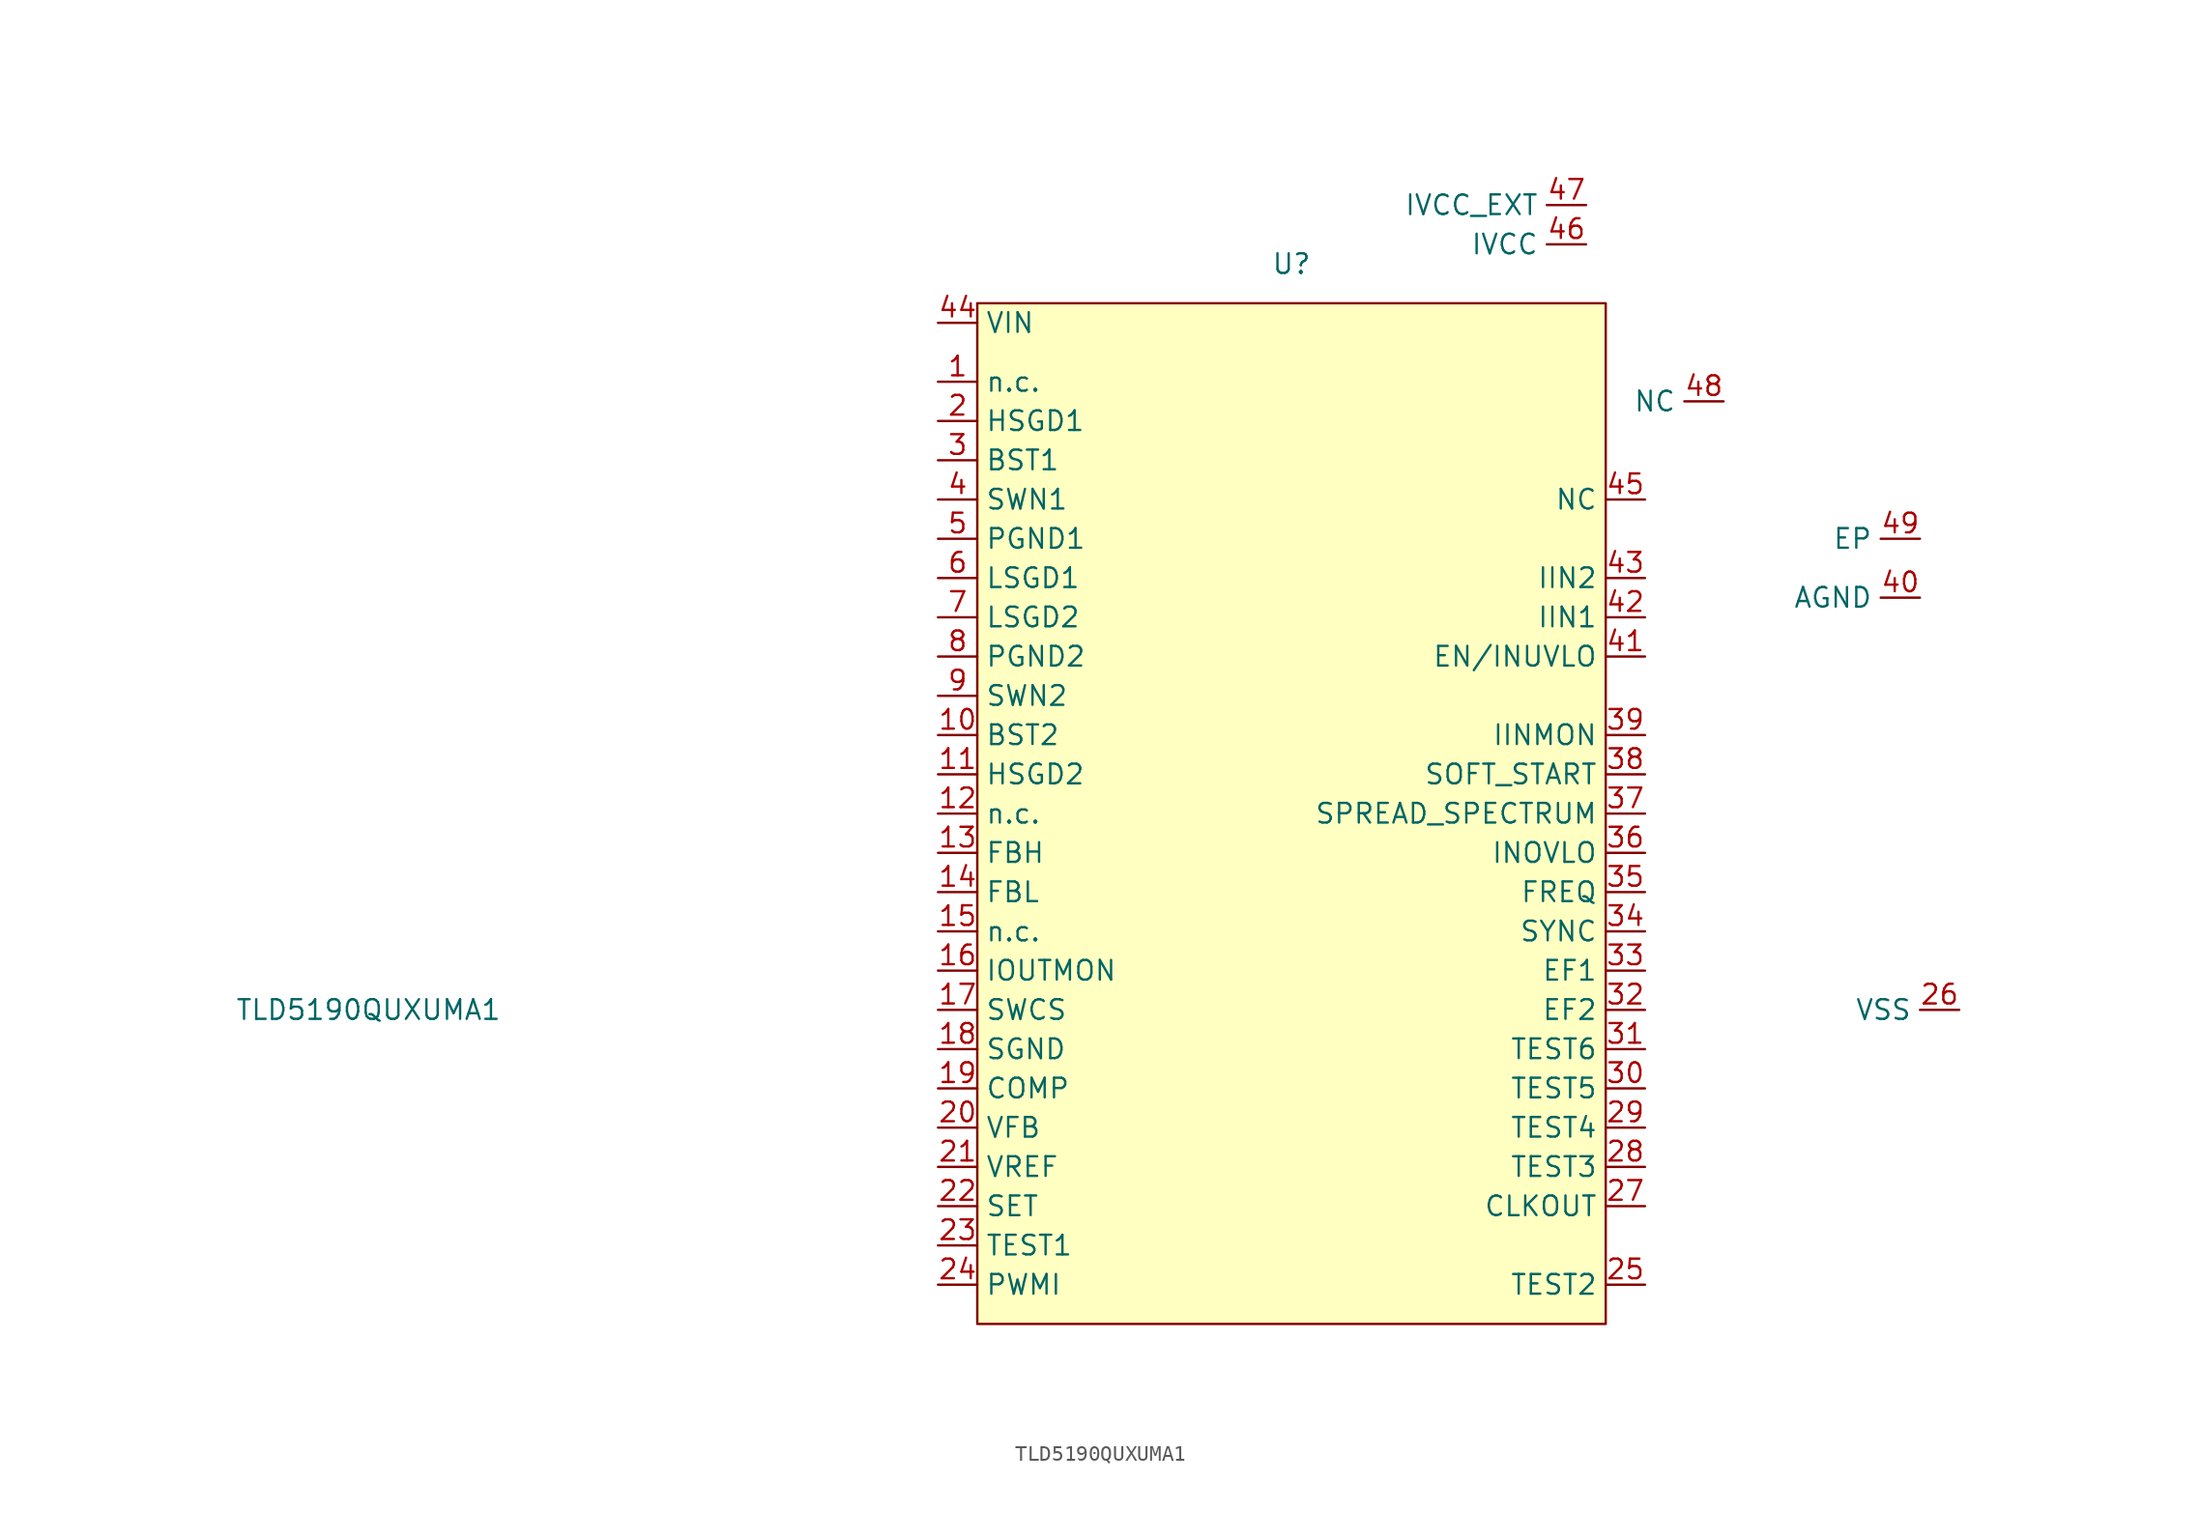
<source format=kicad_sym>
(kicad_symbol_lib
  (version 20220914)
  (generator kicad_symbol_editor)
  (symbol "TLD5190QUXUMA1"
    (property "Reference" "U"
      (at 0 35.56 0)
      (effects (font (size 1.27 1.27))))
    (property "Value" "TLD5190QUXUMA1"
      (at -59.69 -12.7 0)
      (effects (font (size 1.27 1.27))))
    (symbol "TLD5190QUXUMA1_0_1"
      (rectangle (start -20.32 33.02) (end 20.32 -33.02) (stroke (width 0) (type default)) (fill (type background)))
      (pin unspecified line (at -22.86 27.94 0) (length 2.54) (name "n.c." (effects (font (size 1.27 1.27)))) (number "1" (effects (font (size 1.27 1.27)))))
      (pin unspecified line (at -22.86 5.08 0) (length 2.54) (name "BST2" (effects (font (size 1.27 1.27)))) (number "10" (effects (font (size 1.27 1.27)))))
      (pin unspecified line (at -22.86 2.54 0) (length 2.54) (name "HSGD2" (effects (font (size 1.27 1.27)))) (number "11" (effects (font (size 1.27 1.27)))))
      (pin unspecified line (at -22.86 0 0) (length 2.54) (name "n.c." (effects (font (size 1.27 1.27)))) (number "12" (effects (font (size 1.27 1.27)))))
      (pin unspecified line (at -22.86 -2.54 0) (length 2.54) (name "FBH" (effects (font (size 1.27 1.27)))) (number "13" (effects (font (size 1.27 1.27)))))
      (pin unspecified line (at -22.86 -5.08 0) (length 2.54) (name "FBL" (effects (font (size 1.27 1.27)))) (number "14" (effects (font (size 1.27 1.27)))))
      (pin unspecified line (at -22.86 -7.62 0) (length 2.54) (name "n.c." (effects (font (size 1.27 1.27)))) (number "15" (effects (font (size 1.27 1.27)))))
      (pin unspecified line (at -22.86 -10.16 0) (length 2.54) (name "IOUTMON" (effects (font (size 1.27 1.27)))) (number "16" (effects (font (size 1.27 1.27)))))
      (pin unspecified line (at -22.86 -12.7 0) (length 2.54) (name "SWCS" (effects (font (size 1.27 1.27)))) (number "17" (effects (font (size 1.27 1.27)))))
      (pin unspecified line (at -22.86 -15.24 0) (length 2.54) (name "SGND" (effects (font (size 1.27 1.27)))) (number "18" (effects (font (size 1.27 1.27)))))
      (pin unspecified line (at -22.86 -17.78 0) (length 2.54) (name "COMP" (effects (font (size 1.27 1.27)))) (number "19" (effects (font (size 1.27 1.27)))))
      (pin unspecified line (at -22.86 25.4 0) (length 2.54) (name "HSGD1" (effects (font (size 1.27 1.27)))) (number "2" (effects (font (size 1.27 1.27)))))
      (pin unspecified line (at -22.86 -20.32 0) (length 2.54) (name "VFB" (effects (font (size 1.27 1.27)))) (number "20" (effects (font (size 1.27 1.27)))))
      (pin unspecified line (at -22.86 -22.86 0) (length 2.54) (name "VREF" (effects (font (size 1.27 1.27)))) (number "21" (effects (font (size 1.27 1.27)))))
      (pin unspecified line (at -22.86 -25.4 0) (length 2.54) (name "SET" (effects (font (size 1.27 1.27)))) (number "22" (effects (font (size 1.27 1.27)))))
      (pin unspecified line (at -22.86 -27.94 0) (length 2.54) (name "TEST1" (effects (font (size 1.27 1.27)))) (number "23" (effects (font (size 1.27 1.27)))))
      (pin unspecified line (at -22.86 -30.48 0) (length 2.54) (name "PWMI" (effects (font (size 1.27 1.27)))) (number "24" (effects (font (size 1.27 1.27)))))
      (pin unspecified line (at 22.86 -30.48 180) (length 2.54) (name "TEST2" (effects (font (size 1.27 1.27)))) (number "25" (effects (font (size 1.27 1.27)))))
      (pin unspecified line (at 43.18 -12.7 180) (length 2.54) (name "VSS" (effects (font (size 1.27 1.27)))) (number "26" (effects (font (size 1.27 1.27)))))
      (pin unspecified line (at 22.86 -25.4 180) (length 2.54) (name "CLKOUT" (effects (font (size 1.27 1.27)))) (number "27" (effects (font (size 1.27 1.27)))))
      (pin unspecified line (at 22.86 -22.86 180) (length 2.54) (name "TEST3" (effects (font (size 1.27 1.27)))) (number "28" (effects (font (size 1.27 1.27)))))
      (pin unspecified line (at 22.86 -20.32 180) (length 2.54) (name "TEST4" (effects (font (size 1.27 1.27)))) (number "29" (effects (font (size 1.27 1.27)))))
      (pin unspecified line (at -22.86 22.86 0) (length 2.54) (name "BST1" (effects (font (size 1.27 1.27)))) (number "3" (effects (font (size 1.27 1.27)))))
      (pin unspecified line (at 22.86 -17.78 180) (length 2.54) (name "TEST5" (effects (font (size 1.27 1.27)))) (number "30" (effects (font (size 1.27 1.27)))))
      (pin unspecified line (at 22.86 -15.24 180) (length 2.54) (name "TEST6" (effects (font (size 1.27 1.27)))) (number "31" (effects (font (size 1.27 1.27)))))
      (pin unspecified line (at 22.86 -12.7 180) (length 2.54) (name "EF2" (effects (font (size 1.27 1.27)))) (number "32" (effects (font (size 1.27 1.27)))))
      (pin unspecified line (at 22.86 -10.16 180) (length 2.54) (name "EF1" (effects (font (size 1.27 1.27)))) (number "33" (effects (font (size 1.27 1.27)))))
      (pin unspecified line (at 22.86 -7.62 180) (length 2.54) (name "SYNC" (effects (font (size 1.27 1.27)))) (number "34" (effects (font (size 1.27 1.27)))))
      (pin unspecified line (at 22.86 -5.08 180) (length 2.54) (name "FREQ" (effects (font (size 1.27 1.27)))) (number "35" (effects (font (size 1.27 1.27)))))
      (pin unspecified line (at 22.86 -2.54 180) (length 2.54) (name "INOVLO" (effects (font (size 1.27 1.27)))) (number "36" (effects (font (size 1.27 1.27)))))
      (pin unspecified line (at 22.86 0 180) (length 2.54) (name "SPREAD_SPECTRUM" (effects (font (size 1.27 1.27)))) (number "37" (effects (font (size 1.27 1.27)))))
      (pin unspecified line (at 22.86 2.54 180) (length 2.54) (name "SOFT_START" (effects (font (size 1.27 1.27)))) (number "38" (effects (font (size 1.27 1.27)))))
      (pin unspecified line (at 22.86 5.08 180) (length 2.54) (name "IINMON" (effects (font (size 1.27 1.27)))) (number "39" (effects (font (size 1.27 1.27)))))
      (pin unspecified line (at -22.86 20.32 0) (length 2.54) (name "SWN1" (effects (font (size 1.27 1.27)))) (number "4" (effects (font (size 1.27 1.27)))))
      (pin unspecified line (at 40.64 13.97 180) (length 2.54) (name "AGND" (effects (font (size 1.27 1.27)))) (number "40" (effects (font (size 1.27 1.27)))))
      (pin unspecified line (at 22.86 10.16 180) (length 2.54) (name "EN/INUVLO" (effects (font (size 1.27 1.27)))) (number "41" (effects (font (size 1.27 1.27)))))
      (pin unspecified line (at 22.86 12.7 180) (length 2.54) (name "IIN1" (effects (font (size 1.27 1.27)))) (number "42" (effects (font (size 1.27 1.27)))))
      (pin unspecified line (at 22.86 15.24 180) (length 2.54) (name "IIN2" (effects (font (size 1.27 1.27)))) (number "43" (effects (font (size 1.27 1.27)))))
      (pin unspecified line (at -22.86 31.75 0) (length 2.54) (name "VIN" (effects (font (size 1.27 1.27)))) (number "44" (effects (font (size 1.27 1.27)))))
      (pin unspecified line (at 19.05 36.83 180) (length 2.54) (name "IVCC" (effects (font (size 1.27 1.27)))) (number "46" (effects (font (size 1.27 1.27)))))
      (pin unspecified line (at 19.05 39.37 180) (length 2.54) (name "IVCC_EXT" (effects (font (size 1.27 1.27)))) (number "47" (effects (font (size 1.27 1.27)))))
      (pin unspecified line (at 40.64 17.78 180) (length 2.54) (name "EP" (effects (font (size 1.27 1.27)))) (number "49" (effects (font (size 1.27 1.27)))))
      (pin unspecified line (at -22.86 17.78 0) (length 2.54) (name "PGND1" (effects (font (size 1.27 1.27)))) (number "5" (effects (font (size 1.27 1.27)))))
      (pin unspecified line (at -22.86 15.24 0) (length 2.54) (name "LSGD1" (effects (font (size 1.27 1.27)))) (number "6" (effects (font (size 1.27 1.27)))))
      (pin unspecified line (at -22.86 12.7 0) (length 2.54) (name "LSGD2" (effects (font (size 1.27 1.27)))) (number "7" (effects (font (size 1.27 1.27)))))
      (pin unspecified line (at -22.86 10.16 0) (length 2.54) (name "PGND2" (effects (font (size 1.27 1.27)))) (number "8" (effects (font (size 1.27 1.27)))))
      (pin unspecified line (at -22.86 7.62 0) (length 2.54) (name "SWN2" (effects (font (size 1.27 1.27)))) (number "9" (effects (font (size 1.27 1.27))))))
    (symbol "TLD5190QUXUMA1_1_1"
      (pin free line (at 22.86 20.32 180) (length 2.54) (name "NC" (effects (font (size 1.27 1.27)))) (number "45" (effects (font (size 1.27 1.27)))))
      (pin free line (at 27.94 26.67 180) (length 2.54) (name "NC" (effects (font (size 1.27 1.27)))) (number "48" (effects (font (size 1.27 1.27))))))))
</source>
